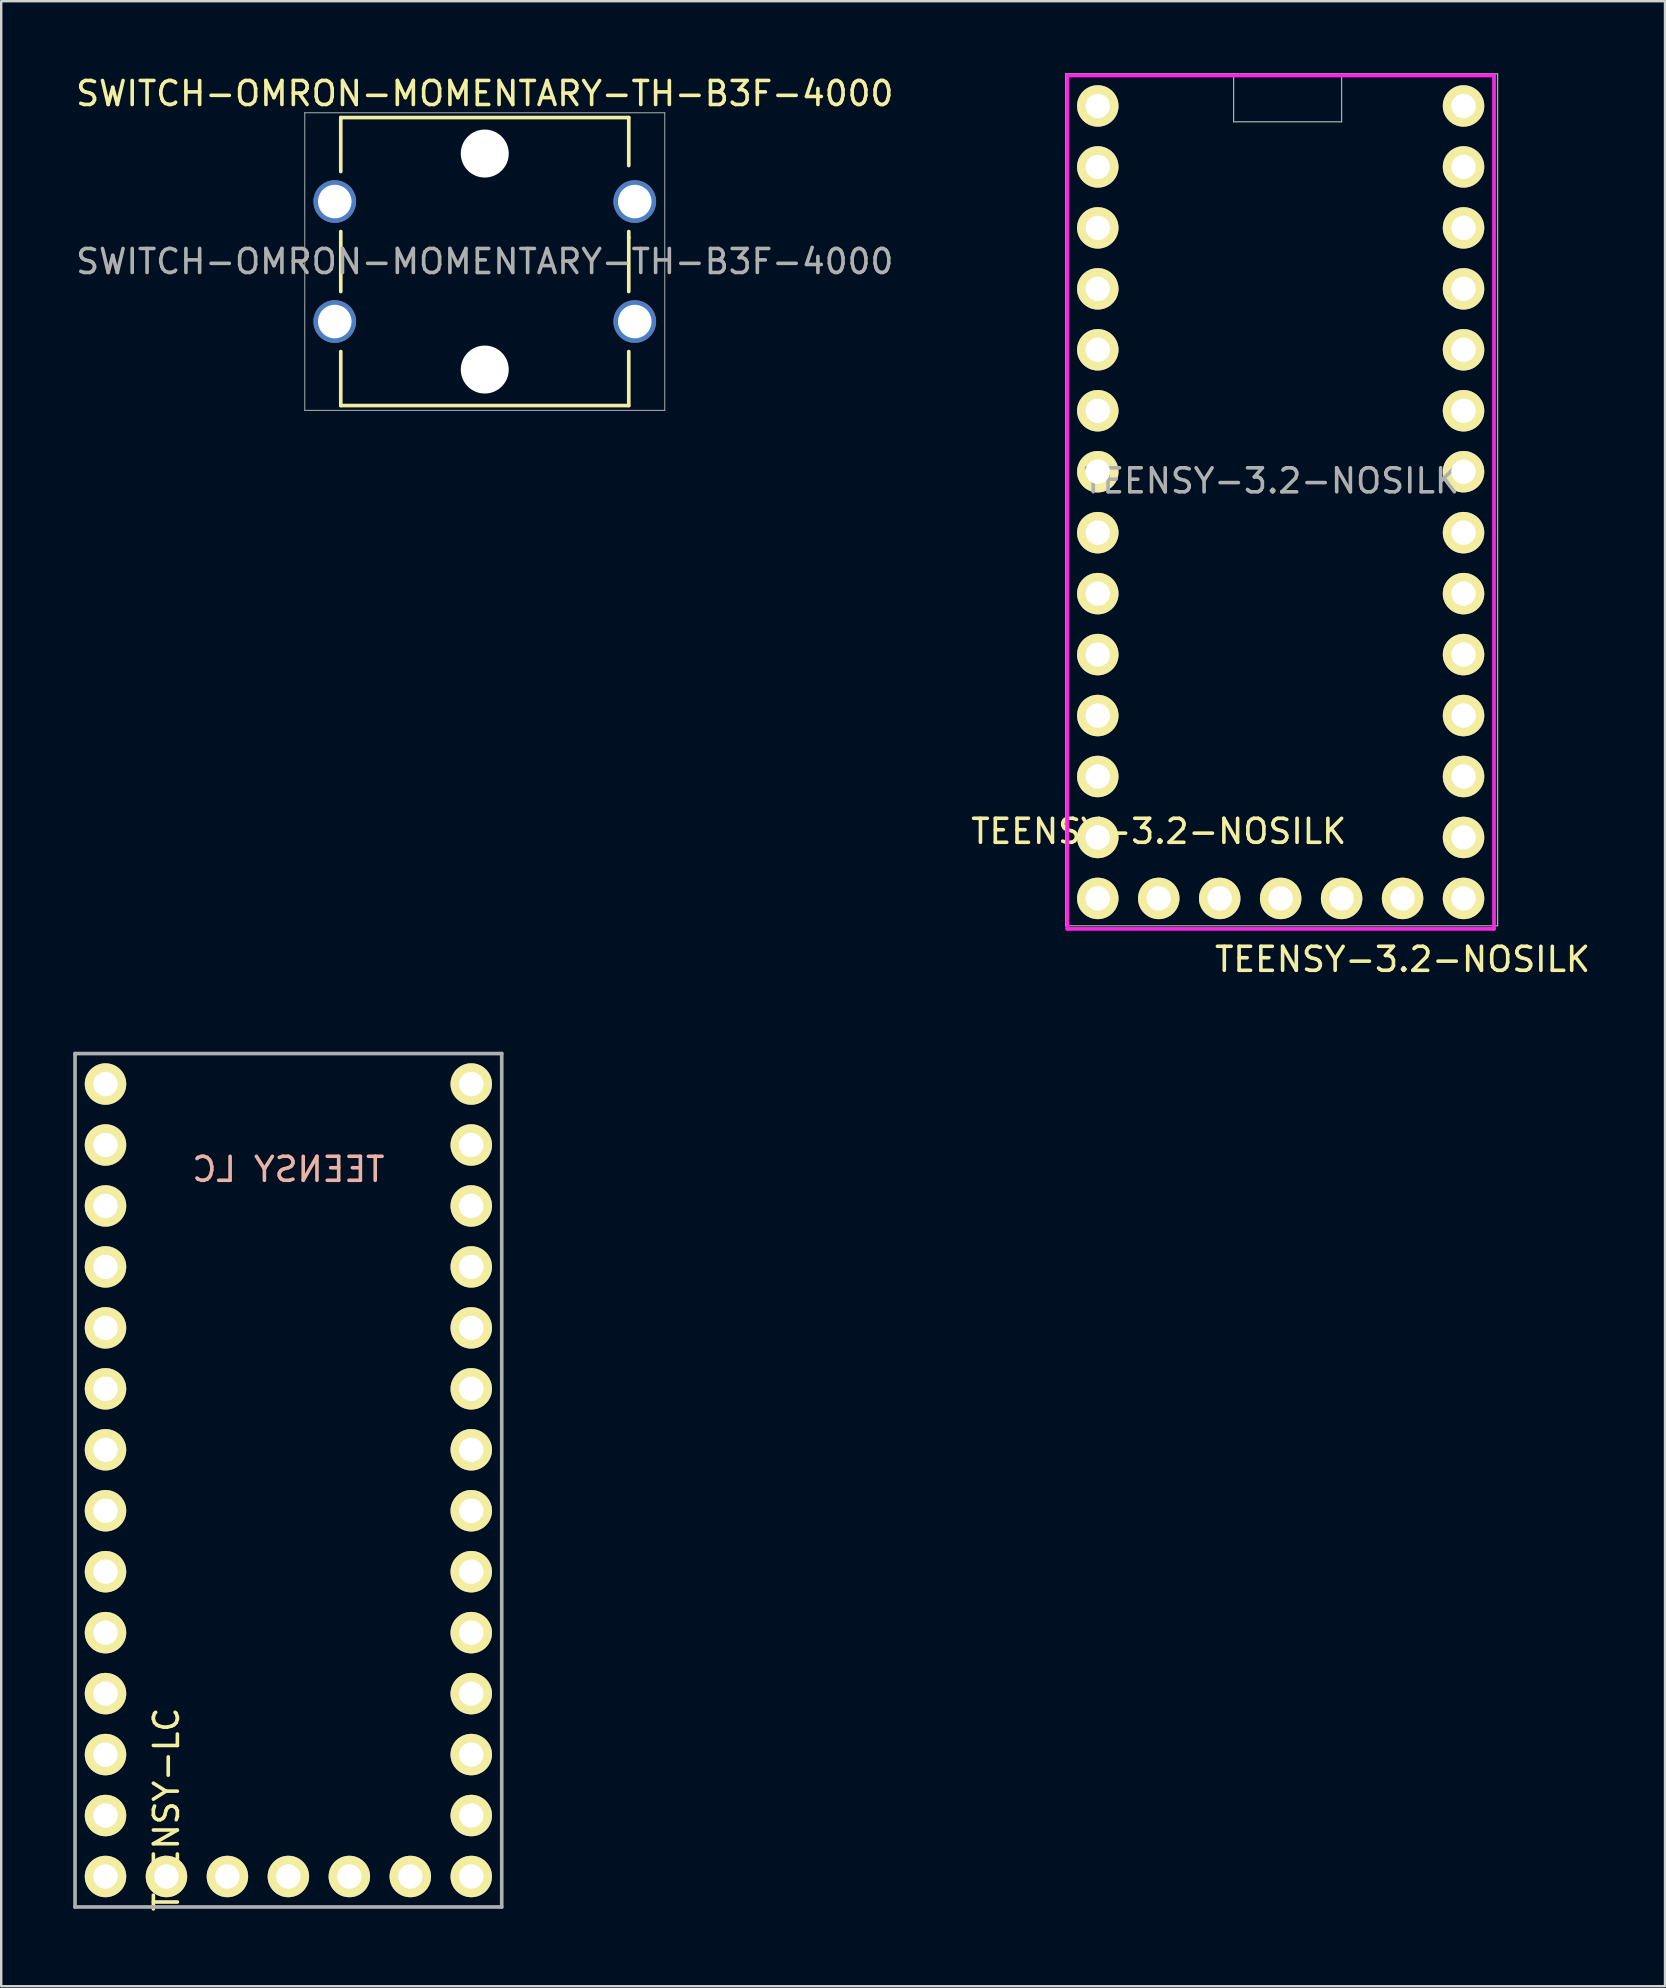
<source format=kicad_pcb>
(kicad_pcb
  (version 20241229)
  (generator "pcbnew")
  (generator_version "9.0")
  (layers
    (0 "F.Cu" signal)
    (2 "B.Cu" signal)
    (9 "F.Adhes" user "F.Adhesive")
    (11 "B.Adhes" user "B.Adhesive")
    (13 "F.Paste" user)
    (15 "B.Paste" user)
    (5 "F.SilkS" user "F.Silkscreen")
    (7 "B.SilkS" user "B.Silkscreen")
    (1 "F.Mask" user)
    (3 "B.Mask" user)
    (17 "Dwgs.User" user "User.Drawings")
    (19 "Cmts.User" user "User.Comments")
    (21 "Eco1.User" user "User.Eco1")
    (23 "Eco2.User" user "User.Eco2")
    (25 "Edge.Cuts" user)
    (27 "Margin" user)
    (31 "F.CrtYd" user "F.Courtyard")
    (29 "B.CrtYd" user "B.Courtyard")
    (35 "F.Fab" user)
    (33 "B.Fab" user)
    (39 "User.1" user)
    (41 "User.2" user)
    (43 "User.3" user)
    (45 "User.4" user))
  (footprint "TEENSY-LC"
    (layer "F.Cu")
    (at 11.506 52.279)
    (property "Reference" "TEENSY-LC" (at -7.62 20.066 270) (layer "F.SilkS") (effects (font (size 1 1) (thickness 0.15))))
    (attr through_hole)
    (fp_line (start -11.43 -11.43) (end -11.43 24.13) (stroke (width 0.152) (type solid)) (layer "F.Fab"))
    (fp_line (start -11.43 24.13) (end 6.35 24.13) (stroke (width 0.152) (type solid)) (layer "F.Fab"))
    (fp_line (start 6.35 -11.43) (end -11.43 -11.43) (stroke (width 0.152) (type solid)) (layer "F.Fab"))
    (fp_line (start 6.35 24.13) (end 6.35 -11.43) (stroke (width 0.152) (type solid)) (layer "F.Fab"))
    (fp_text user "TEENSY LC" (at -2.54 -6.604 180) (layer "B.SilkS") (effects (font (size 1 1) (thickness 0.15)) (justify mirror)))
    (pad "0" thru_hole circle (at -10.16 -7.62) (size 1.727 1.727) (drill 1.016) (layers "*.Cu" "*.Mask" "F.SilkS"))
    (pad "1" thru_hole circle (at -10.16 -5.08) (size 1.727 1.727) (drill 1.016) (layers "*.Cu" "*.Mask" "F.SilkS"))
    (pad "2" thru_hole circle (at -10.16 -2.54) (size 1.727 1.727) (drill 1.016) (layers "*.Cu" "*.Mask" "F.SilkS"))
    (pad "3" thru_hole circle (at -10.16 0) (size 1.727 1.727) (drill 1.016) (layers "*.Cu" "*.Mask" "F.SilkS"))
    (pad "3V1" thru_hole circle (at -5.08 22.86) (size 1.727 1.727) (drill 1.016) (layers "*.Cu" "*.Mask" "F.SilkS"))
    (pad "3V2" thru_hole circle (at 5.08 -5.08) (size 1.727 1.727) (drill 1.016) (layers "*.Cu" "*.Mask" "F.SilkS"))
    (pad "4" thru_hole circle (at -10.16 2.54) (size 1.727 1.727) (drill 1.016) (layers "*.Cu" "*.Mask" "F.SilkS"))
    (pad "5" thru_hole circle (at -10.16 5.08) (size 1.727 1.727) (drill 1.016) (layers "*.Cu" "*.Mask" "F.SilkS"))
    (pad "6" thru_hole circle (at -10.16 7.62) (size 1.727 1.727) (drill 1.016) (layers "*.Cu" "*.Mask" "F.SilkS"))
    (pad "7" thru_hole circle (at -10.16 10.16) (size 1.727 1.727) (drill 1.016) (layers "*.Cu" "*.Mask" "F.SilkS"))
    (pad "8" thru_hole circle (at -10.16 12.7) (size 1.727 1.727) (drill 1.016) (layers "*.Cu" "*.Mask" "F.SilkS"))
    (pad "9" thru_hole circle (at -10.16 15.24) (size 1.727 1.727) (drill 1.016) (layers "*.Cu" "*.Mask" "F.SilkS"))
    (pad "10" thru_hole circle (at -10.16 17.78) (size 1.727 1.727) (drill 1.016) (layers "*.Cu" "*.Mask" "F.SilkS"))
    (pad "11" thru_hole circle (at -10.16 20.32) (size 1.727 1.727) (drill 1.016) (layers "*.Cu" "*.Mask" "F.SilkS"))
    (pad "12" thru_hole circle (at -10.16 22.86) (size 1.727 1.727) (drill 1.016) (layers "*.Cu" "*.Mask" "F.SilkS"))
    (pad "13" thru_hole circle (at 5.08 22.86) (size 1.727 1.727) (drill 1.016) (layers "*.Cu" "*.Mask" "F.SilkS"))
    (pad "14" thru_hole circle (at 5.08 20.32) (size 1.727 1.727) (drill 1.016) (layers "*.Cu" "*.Mask" "F.SilkS"))
    (pad "15" thru_hole circle (at 5.08 17.78) (size 1.727 1.727) (drill 1.016) (layers "*.Cu" "*.Mask" "F.SilkS"))
    (pad "16" thru_hole circle (at 5.08 15.24) (size 1.727 1.727) (drill 1.016) (layers "*.Cu" "*.Mask" "F.SilkS"))
    (pad "17" thru_hole circle (at 5.08 12.7) (size 1.727 1.727) (drill 1.016) (layers "*.Cu" "*.Mask" "F.SilkS"))
    (pad "17A" thru_hole circle (at -7.62 22.86) (size 1.727 1.727) (drill 1.016) (layers "*.Cu" "*.Mask" "F.SilkS"))
    (pad "18" thru_hole circle (at 5.08 10.16) (size 1.727 1.727) (drill 1.016) (layers "*.Cu" "*.Mask" "F.SilkS"))
    (pad "19" thru_hole circle (at 5.08 7.62) (size 1.727 1.727) (drill 1.016) (layers "*.Cu" "*.Mask" "F.SilkS"))
    (pad "20" thru_hole circle (at 5.08 5.08) (size 1.727 1.727) (drill 1.016) (layers "*.Cu" "*.Mask" "F.SilkS"))
    (pad "21" thru_hole circle (at 5.08 2.54) (size 1.727 1.727) (drill 1.016) (layers "*.Cu" "*.Mask" "F.SilkS"))
    (pad "22" thru_hole circle (at 5.08 0) (size 1.727 1.727) (drill 1.016) (layers "*.Cu" "*.Mask" "F.SilkS"))
    (pad "23" thru_hole circle (at 5.08 -2.54) (size 1.727 1.727) (drill 1.016) (layers "*.Cu" "*.Mask" "F.SilkS"))
    (pad "DAC" thru_hole circle (at 2.54 22.86) (size 1.727 1.727) (drill 1.016) (layers "*.Cu" "*.Mask" "F.SilkS"))
    (pad "G1" thru_hole circle (at -10.16 -10.16) (size 1.727 1.727) (drill 1.016) (layers "*.Cu" "*.Mask" "F.SilkS"))
    (pad "G2" thru_hole circle (at -2.54 22.86) (size 1.727 1.727) (drill 1.016) (layers "*.Cu" "*.Mask" "F.SilkS"))
    (pad "G3" thru_hole circle (at 5.08 -7.62) (size 1.727 1.727) (drill 1.016) (layers "*.Cu" "*.Mask" "F.SilkS"))
    (pad "PGM" thru_hole circle (at 0 22.86) (size 1.727 1.727) (drill 1.016) (layers "*.Cu" "*.Mask" "F.SilkS"))
    (pad "VIN" thru_hole circle (at 5.08 -10.16) (size 1.727 1.727) (drill 1.016) (layers "*.Cu" "*.Mask" "F.SilkS")))
  (footprint "TEENSY-3.2-NOSILK"
    (layer "F.Cu")
    (at 49.931 17.113)
    (property "Reference" "TEENSY-3.2-NOSILK" (at 0 -0.127 0) (layer "F.Fab") (effects (font (size 1 1) (thickness 0.15))))
    (attr through_hole)
    (fp_line (start -8.509 -17.018) (end -8.509 18.542) (stroke (width 0.152) (type solid)) (layer "F.CrtYd"))
    (fp_line (start -8.509 18.542) (end 9.271 18.542) (stroke (width 0.152) (type solid)) (layer "F.CrtYd"))
    (fp_line (start 9.271 -17.018) (end -8.509 -17.018) (stroke (width 0.152) (type solid)) (layer "F.CrtYd"))
    (fp_line (start 9.271 18.542) (end 9.271 -17.018) (stroke (width 0.152) (type solid)) (layer "F.CrtYd"))
    (fp_line (start -8.579 -17.088) (end -8.579 18.412) (stroke (width 0.05) (type solid)) (layer "F.Fab"))
    (fp_line (start -8.579 18.412) (end 9.421 18.412) (stroke (width 0.05) (type solid)) (layer "F.Fab"))
    (fp_line (start -1.579 -17.088) (end -1.579 -15.088) (stroke (width 0.05) (type solid)) (layer "F.Fab"))
    (fp_line (start -1.579 -15.088) (end 2.921 -15.088) (stroke (width 0.05) (type solid)) (layer "F.Fab"))
    (fp_line (start 2.921 -15.088) (end 2.921 -17.088) (stroke (width 0.05) (type solid)) (layer "F.Fab"))
    (fp_line (start 9.421 -17.088) (end -8.579 -17.088) (stroke (width 0.05) (type solid)) (layer "F.Fab"))
    (fp_line (start 9.421 18.412) (end 9.421 -17.088) (stroke (width 0.05) (type solid)) (layer "F.Fab"))
    (fp_text user "${REFERENCE}" (at 5.461 19.812 0) (layer "F.SilkS") (effects (font (size 1 1) (thickness 0.15))))
    (fp_text user "${REFERENCE}" (at -4.699 14.478 0) (layer "F.SilkS") (effects (font (size 1 1) (thickness 0.15))))
    (pad "0" thru_hole circle (at -7.239 -13.208) (size 1.727 1.727) (drill 1.016) (layers "*.Cu" "*.Mask" "F.SilkS"))
    (pad "1" thru_hole circle (at -7.239 -10.668) (size 1.727 1.727) (drill 1.016) (layers "*.Cu" "*.Mask" "F.SilkS"))
    (pad "2" thru_hole circle (at -7.239 -8.128) (size 1.727 1.727) (drill 1.016) (layers "*.Cu" "*.Mask" "F.SilkS"))
    (pad "3" thru_hole circle (at -7.239 -5.588) (size 1.727 1.727) (drill 1.016) (layers "*.Cu" "*.Mask" "F.SilkS"))
    (pad "3V1" thru_hole circle (at -2.159 17.272) (size 1.727 1.727) (drill 1.016) (layers "*.Cu" "*.Mask" "F.SilkS"))
    (pad "3V2" thru_hole circle (at 8.001 -10.668) (size 1.727 1.727) (drill 1.016) (layers "*.Cu" "*.Mask" "F.SilkS"))
    (pad "4" thru_hole circle (at -7.239 -3.048) (size 1.727 1.727) (drill 1.016) (layers "*.Cu" "*.Mask" "F.SilkS"))
    (pad "5" thru_hole circle (at -7.239 -0.508) (size 1.727 1.727) (drill 1.016) (layers "*.Cu" "*.Mask" "F.SilkS"))
    (pad "6" thru_hole circle (at -7.239 2.032) (size 1.727 1.727) (drill 1.016) (layers "*.Cu" "*.Mask" "F.SilkS"))
    (pad "7" thru_hole circle (at -7.239 4.572) (size 1.727 1.727) (drill 1.016) (layers "*.Cu" "*.Mask" "F.SilkS"))
    (pad "8" thru_hole circle (at -7.239 7.112) (size 1.727 1.727) (drill 1.016) (layers "*.Cu" "*.Mask" "F.SilkS"))
    (pad "9" thru_hole circle (at -7.239 9.652) (size 1.727 1.727) (drill 1.016) (layers "*.Cu" "*.Mask" "F.SilkS"))
    (pad "10" thru_hole circle (at -7.239 12.192) (size 1.727 1.727) (drill 1.016) (layers "*.Cu" "*.Mask" "F.SilkS"))
    (pad "11" thru_hole circle (at -7.239 14.732) (size 1.727 1.727) (drill 1.016) (layers "*.Cu" "*.Mask" "F.SilkS"))
    (pad "12" thru_hole circle (at -7.239 17.272) (size 1.727 1.727) (drill 1.016) (layers "*.Cu" "*.Mask" "F.SilkS"))
    (pad "13" thru_hole circle (at 8.001 17.272) (size 1.727 1.727) (drill 1.016) (layers "*.Cu" "*.Mask" "F.SilkS"))
    (pad "14" thru_hole circle (at 8.001 14.732) (size 1.727 1.727) (drill 1.016) (layers "*.Cu" "*.Mask" "F.SilkS"))
    (pad "15" thru_hole circle (at 8.001 12.192) (size 1.727 1.727) (drill 1.016) (layers "*.Cu" "*.Mask" "F.SilkS"))
    (pad "16" thru_hole circle (at 8.001 9.652) (size 1.727 1.727) (drill 1.016) (layers "*.Cu" "*.Mask" "F.SilkS"))
    (pad "17" thru_hole circle (at 8.001 7.112) (size 1.727 1.727) (drill 1.016) (layers "*.Cu" "*.Mask" "F.SilkS"))
    (pad "18" thru_hole circle (at 8.001 4.572) (size 1.727 1.727) (drill 1.016) (layers "*.Cu" "*.Mask" "F.SilkS"))
    (pad "19" thru_hole circle (at 8.001 2.032) (size 1.727 1.727) (drill 1.016) (layers "*.Cu" "*.Mask" "F.SilkS"))
    (pad "20" thru_hole circle (at 8.001 -0.508) (size 1.727 1.727) (drill 1.016) (layers "*.Cu" "*.Mask" "F.SilkS"))
    (pad "21" thru_hole circle (at 8.001 -3.048) (size 1.727 1.727) (drill 1.016) (layers "*.Cu" "*.Mask" "F.SilkS"))
    (pad "22" thru_hole circle (at 8.001 -5.588) (size 1.727 1.727) (drill 1.016) (layers "*.Cu" "*.Mask" "F.SilkS"))
    (pad "23" thru_hole circle (at 8.001 -8.128) (size 1.727 1.727) (drill 1.016) (layers "*.Cu" "*.Mask" "F.SilkS"))
    (pad "AG" thru_hole circle (at 8.001 -13.208) (size 1.727 1.727) (drill 1.016) (layers "*.Cu" "*.Mask" "F.SilkS"))
    (pad "DAC" thru_hole circle (at 5.461 17.272) (size 1.727 1.727) (drill 1.016) (layers "*.Cu" "*.Mask" "F.SilkS"))
    (pad "G1" thru_hole circle (at -7.239 -15.748) (size 1.727 1.727) (drill 1.016) (layers "*.Cu" "*.Mask" "F.SilkS"))
    (pad "G2" thru_hole circle (at 0.381 17.272) (size 1.727 1.727) (drill 1.016) (layers "*.Cu" "*.Mask" "F.SilkS"))
    (pad "PGM" thru_hole circle (at 2.921 17.272) (size 1.727 1.727) (drill 1.016) (layers "*.Cu" "*.Mask" "F.SilkS"))
    (pad "VBAT" thru_hole circle (at -4.699 17.272) (size 1.727 1.727) (drill 1.016) (layers "*.Cu" "*.Mask" "F.SilkS"))
    (pad "VIN" thru_hole circle (at 8.001 -15.748) (size 1.727 1.727) (drill 1.016) (layers "*.Cu" "*.Mask" "F.SilkS")))
  (footprint "SWITCH-OMRON-MOMENTARY-TH-B3F-4000"
    (layer "F.Cu")
    (at 17.149 7.848)
    (property "Reference" "SWITCH-OMRON-MOMENTARY-TH-B3F-4000" (at 0 0 0) (layer "F.Fab") (effects (font (size 1 1) (thickness 0.15))))
    (attr through_hole)
    (fp_line (start -6 -6) (end -6 -3.75) (stroke (width 0.152) (type solid)) (layer "F.SilkS"))
    (fp_line (start -6 -6) (end 6 -6) (stroke (width 0.152) (type solid)) (layer "F.SilkS"))
    (fp_line (start -6 -1.25) (end -6 1.25) (stroke (width 0.152) (type solid)) (layer "F.SilkS"))
    (fp_line (start -6 3.75) (end -6 6) (stroke (width 0.152) (type solid)) (layer "F.SilkS"))
    (fp_line (start -6 6) (end 6 6) (stroke (width 0.152) (type solid)) (layer "F.SilkS"))
    (fp_line (start 6 -6) (end 6 -4) (stroke (width 0.152) (type solid)) (layer "F.SilkS"))
    (fp_line (start 6 -1.25) (end 6 -1) (stroke (width 0.152) (type solid)) (layer "F.SilkS"))
    (fp_line (start 6 -1) (end 6 1.25) (stroke (width 0.152) (type solid)) (layer "F.SilkS"))
    (fp_line (start 6 6) (end 6 3.75) (stroke (width 0.152) (type solid)) (layer "F.SilkS"))
    (fp_line (start -7.5 -6.2) (end 7.5 -6.2) (stroke (width 0.041) (type solid)) (layer "F.Fab"))
    (fp_line (start -7.5 6.2) (end -7.5 -6.2) (stroke (width 0.041) (type solid)) (layer "F.Fab"))
    (fp_line (start 7.5 -6.2) (end 7.5 6.2) (stroke (width 0.041) (type solid)) (layer "F.Fab"))
    (fp_line (start 7.5 6.2) (end -7.5 6.2) (stroke (width 0.041) (type solid)) (layer "F.Fab"))
    (fp_circle (center 0 -4.5) (end 0.5 -3.75) (stroke (width 0.041) (type solid)) (fill no) (layer "F.Fab"))
    (fp_circle (center 0 4.5) (end 0.5 5.25) (stroke (width 0.041) (type solid)) (fill no) (layer "F.Fab"))
    (fp_text user "${REFERENCE}" (at 0 -7 0) (layer "F.SilkS") (effects (font (size 1 1) (thickness 0.15))))
    (pad "" np_thru_hole circle (at 0 -4.5) (size 1.999 1.999) (drill 1.999) (layers "*.Cu"))
    (pad "" np_thru_hole circle (at 0 4.5) (size 1.999 1.999) (drill 1.999) (layers "*.Cu"))
    (pad "1" thru_hole circle (at 6.25 2.5) (size 1.778 1.778) (drill 1.397) (layers "*.Cu" "*.Mask"))
    (pad "2" thru_hole circle (at -6.25 2.5) (size 1.778 1.778) (drill 1.397) (layers "*.Cu" "*.Mask"))
    (pad "3" thru_hole circle (at 6.25 -2.5) (size 1.778 1.778) (drill 1.397) (layers "*.Cu" "*.Mask"))
    (pad "4" thru_hole circle (at -6.25 -2.5) (size 1.778 1.778) (drill 1.397) (layers "*.Cu" "*.Mask")))
  (gr_rect
    (start -3 -3)
    (end 66.327 79.709)
    (stroke (width 0.1) (type default))
    (fill no)
    (layer "Edge.Cuts")))
</source>
